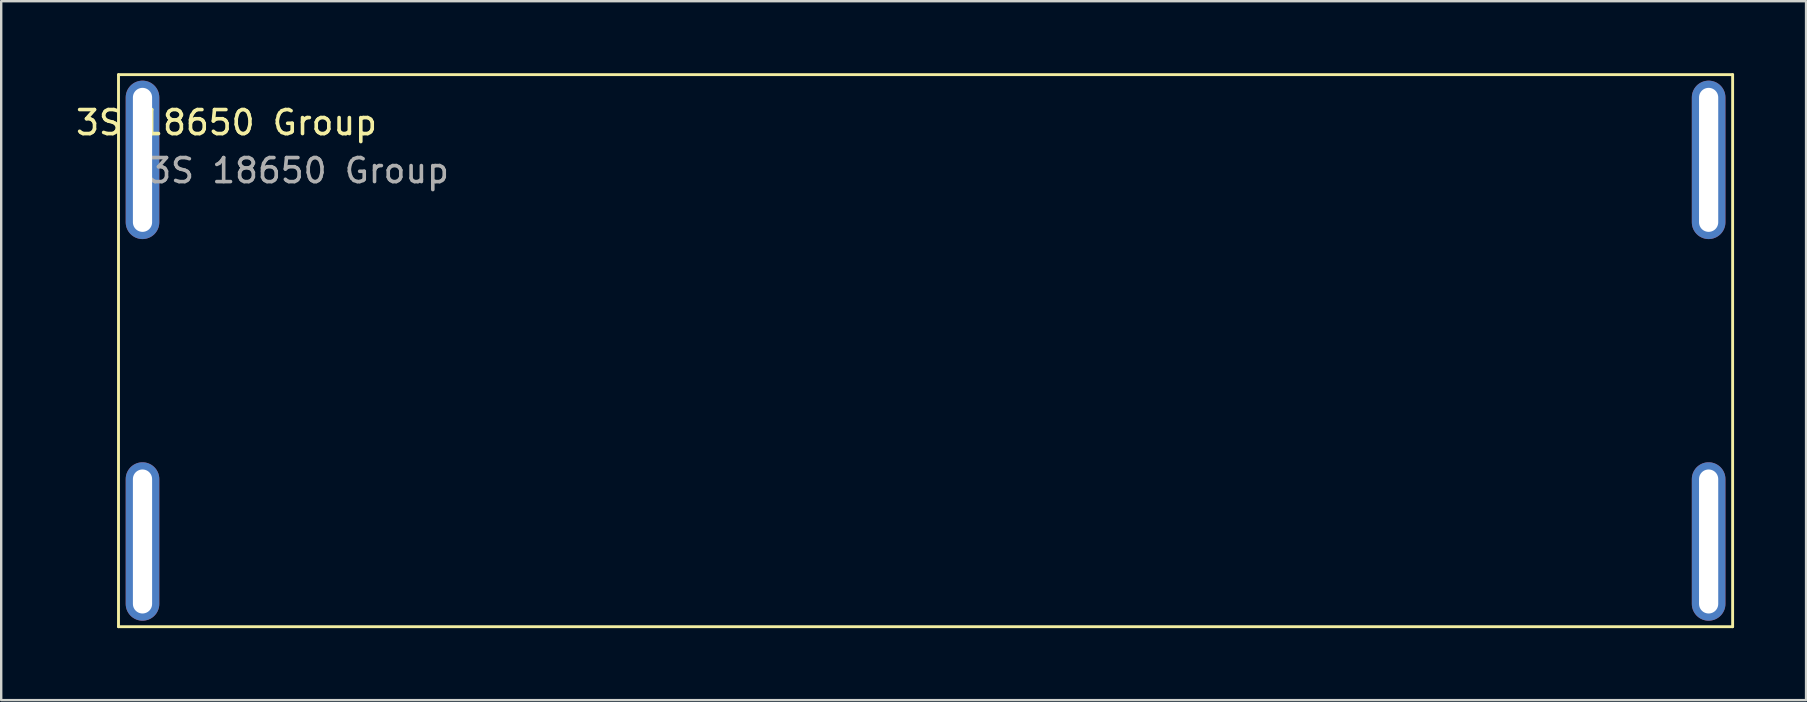
<source format=kicad_pcb>
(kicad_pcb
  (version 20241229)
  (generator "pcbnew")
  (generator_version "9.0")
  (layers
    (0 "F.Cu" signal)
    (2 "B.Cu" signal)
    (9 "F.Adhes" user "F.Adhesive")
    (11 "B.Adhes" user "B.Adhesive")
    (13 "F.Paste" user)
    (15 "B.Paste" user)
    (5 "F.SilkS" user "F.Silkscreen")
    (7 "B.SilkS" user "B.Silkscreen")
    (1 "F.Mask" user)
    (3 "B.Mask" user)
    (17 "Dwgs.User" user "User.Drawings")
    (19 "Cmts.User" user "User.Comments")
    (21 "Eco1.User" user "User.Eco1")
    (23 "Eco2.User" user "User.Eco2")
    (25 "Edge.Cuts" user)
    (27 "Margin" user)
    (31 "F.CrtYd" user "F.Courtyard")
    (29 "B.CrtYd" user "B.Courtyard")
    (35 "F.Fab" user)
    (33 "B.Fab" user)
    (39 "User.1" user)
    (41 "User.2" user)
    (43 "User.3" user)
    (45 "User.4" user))
  (footprint "3S 18650 Group"
    (layer "F.Cu")
    (at 2.887 11.56)
    (property "Reference" "3S 18650 Group" (at 3.5 -9.5 0) (layer "F.SilkS") (effects (font (size 1 1) (thickness 0.15))))
    (attr through_hole)
    (fp_line (start -1 -11.5) (end 66.25 -11.5) (stroke (width 0.12) (type solid)) (layer "F.SilkS"))
    (fp_line (start -1 11.5) (end -1 -11.5) (stroke (width 0.12) (type solid)) (layer "F.SilkS"))
    (fp_line (start 66.25 -11.5) (end 66.25 11.5) (stroke (width 0.12) (type solid)) (layer "F.SilkS"))
    (fp_line (start 66.25 11.5) (end -1 11.5) (stroke (width 0.12) (type solid)) (layer "F.SilkS"))
    (fp_text user "${REFERENCE}" (at 6.5 -7.5 0) (layer "F.Fab") (effects (font (size 1 1) (thickness 0.15))))
    (pad "1" thru_hole oval (at 0 7.95 90) (size 6.6 1.4) (drill oval 6 0.8) (layers "*.Cu" "*.Mask"))
    (pad "2" thru_hole oval (at 65.25 7.95 90) (size 6.6 1.4) (drill oval 6 0.8) (layers "*.Cu" "*.Mask"))
    (pad "3" thru_hole oval (at 0 -7.95 90) (size 6.6 1.4) (drill oval 6 0.8) (layers "*.Cu" "*.Mask"))
    (pad "4" thru_hole oval (at 65.25 -7.95 90) (size 6.6 1.4) (drill oval 6 0.8) (layers "*.Cu" "*.Mask")))
  (gr_rect
    (start -3 -3)
    (end 72.197 26.12)
    (stroke (width 0.1) (type default))
    (fill no)
    (layer "Edge.Cuts")))
</source>
